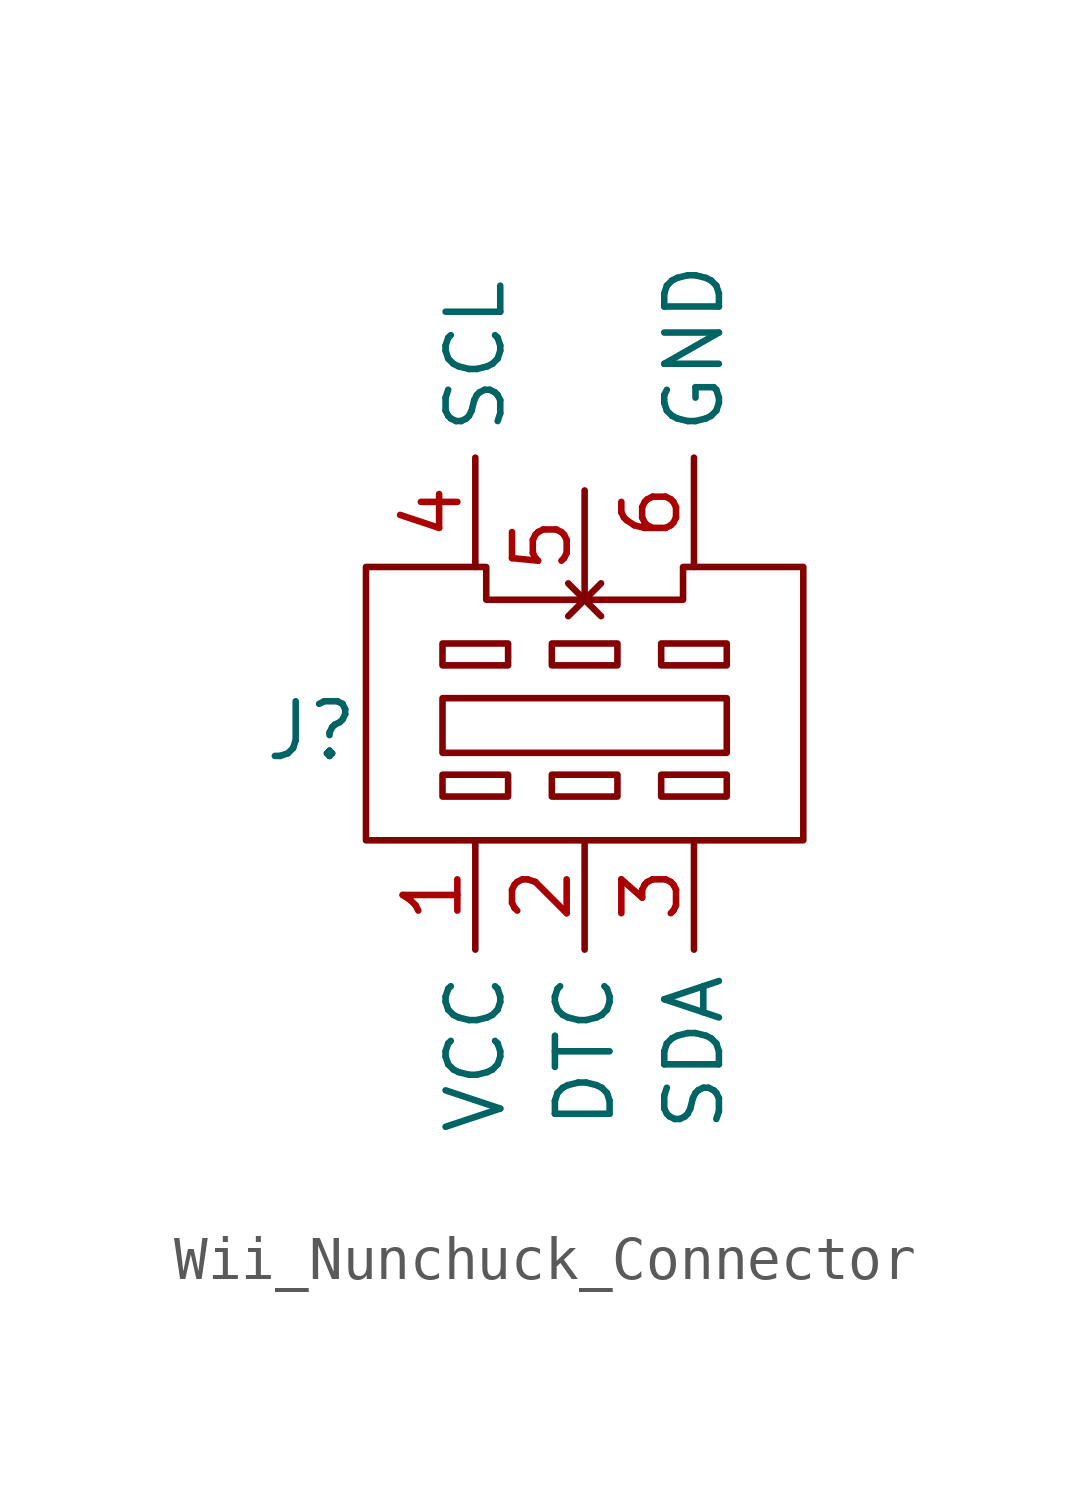
<source format=kicad_sym>
(kicad_symbol_lib
  (version 20220914)
  (generator kicad_symbol_editor)
  (symbol "Wii_Nunchuck_Connector"
    (property "Reference" "J"
      (at -6.35 0 0)
      (effects (font (size 1.27 1.27))))
    (property "Value" ""
      (at -6.35 0 0)
      (effects (font (size 1.27 1.27))))
    (symbol "Wii_Nunchuck_Connector_0_1"
      (rectangle (start -3.302 -1.016) (end -1.778 -1.524) (stroke (width 0) (type default)) (fill (type none)))
      (rectangle (start -3.302 0.762) (end 3.302 -0.508) (stroke (width 0) (type default)) (fill (type none)))
      (rectangle (start -3.302 2.032) (end -1.778 1.524) (stroke (width 0) (type default)) (fill (type none)))
      (rectangle (start -0.762 -1.016) (end 0.762 -1.524) (stroke (width 0) (type default)) (fill (type none)))
      (rectangle (start -0.762 2.032) (end 0.762 1.524) (stroke (width 0) (type default)) (fill (type none)))
      (polyline (pts (xy 5.08 -2.54) (xy 5.08 3.81) (xy 2.286 3.81) (xy 2.286 3.048) (xy -2.286 3.048) (xy -2.286 3.81) (xy -5.08 3.81) (xy -5.08 -2.54) (xy 5.08 -2.54)) (stroke (width 0) (type default)) (fill (type none)))
      (rectangle (start 1.778 -1.016) (end 3.302 -1.524) (stroke (width 0) (type default)) (fill (type none)))
      (rectangle (start 1.778 2.032) (end 3.302 1.524) (stroke (width 0) (type default)) (fill (type none))))
    (symbol "Wii_Nunchuck_Connector_1_1"
      (pin power_in line (at -2.54 -2.54 270) (length 2.54) (name "VCC" (effects (font (size 1.27 1.27)))) (number "1" (effects (font (size 1.27 1.27)))))
      (pin input line (at 0 -2.54 270) (length 2.54) (name "DTC" (effects (font (size 1.27 1.27)))) (number "2" (effects (font (size 1.27 1.27)))))
      (pin input line (at 2.54 -2.54 270) (length 2.54) (name "SDA" (effects (font (size 1.27 1.27)))) (number "3" (effects (font (size 1.27 1.27)))))
      (pin input line (at -2.54 3.81 90) (length 2.54) (name "SCL" (effects (font (size 1.27 1.27)))) (number "4" (effects (font (size 1.27 1.27)))))
      (pin no_connect line (at 0 3.048 90) (length 2.54) (name "" (effects (font (size 1.27 1.27)))) (number "5" (effects (font (size 1.27 1.27)))))
      (pin power_in line (at 2.54 3.81 90) (length 2.54) (name "GND" (effects (font (size 1.27 1.27)))) (number "6" (effects (font (size 1.27 1.27))))))))
</source>
